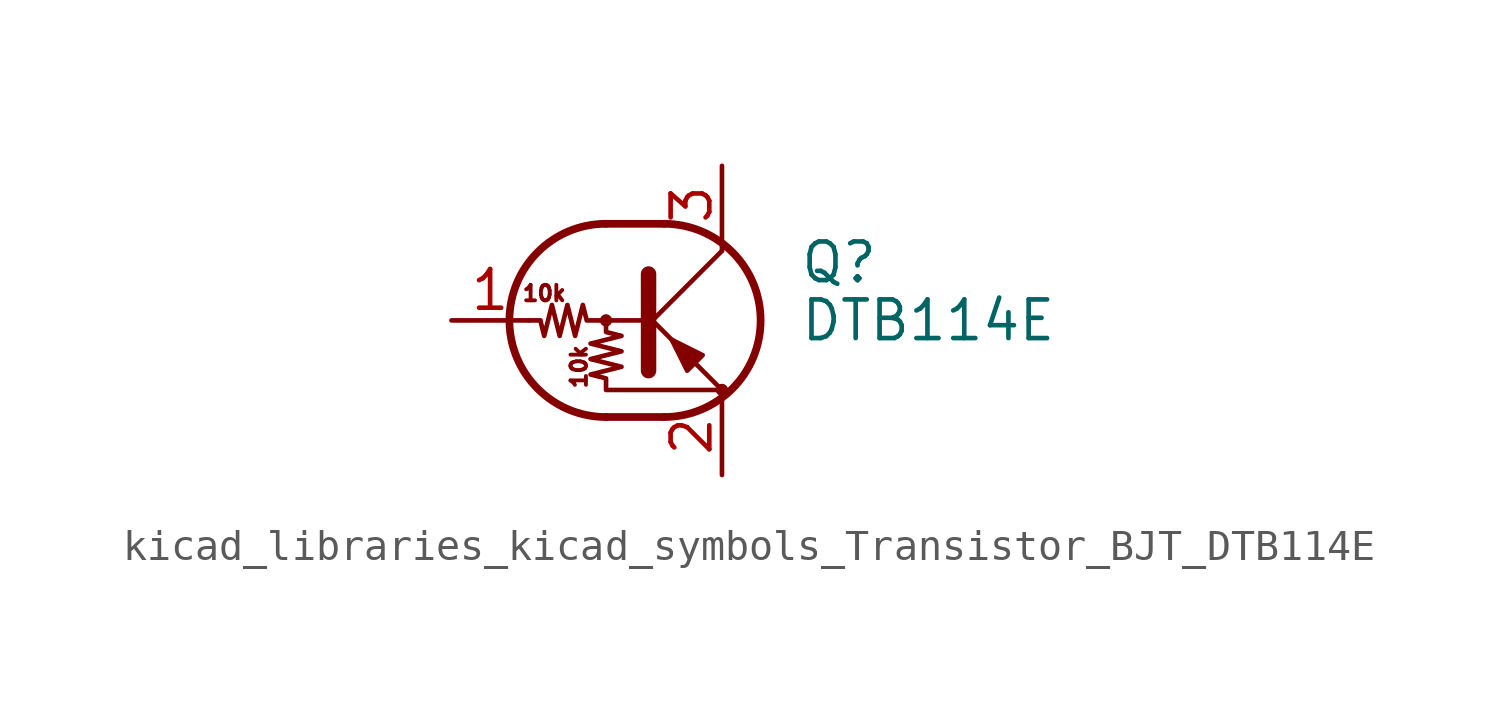
<source format=kicad_sym>
(kicad_symbol_lib
  (version 20220914)
  (generator kicad_symbol_editor)
  (symbol "kicad_libraries_kicad_symbols_Transistor_BJT_DTB114E"
    (pin_names
      (offset 0) hide)
    (property "Reference" "Q"
      (at 5.08 1.905 0)
      (effects (font (size 1.27 1.27)) (justify left)))
    (property "Value" "DTB114E"
      (at 5.08 0 0)
      (effects (font (size 1.27 1.27)) (justify left)))
    (symbol "kicad_libraries_kicad_symbols_Transistor_BJT_DTB114E_0_0"
      (text "10k" (at -3.302 0.889 0) (effects (font (size 0.508 0.508))))
      (text "10k" (at -2.159 -1.524 900) (effects (font (size 0.508 0.508)))))
    (symbol "kicad_libraries_kicad_symbols_Transistor_BJT_DTB114E_0_1"
      (circle (center -1.27 0) (radius 0.127) (stroke (width 0) (type default)) (fill (type none)))
      (arc (start -1.27 3.175) (mid -4.4312 0) (end -1.27 -3.175) (stroke (width 0.254) (type default)) (fill (type none)))
      (polyline (pts (xy -3.429 0) (xy -3.81 0)) (stroke (width 0) (type default)) (fill (type none)))
      (polyline (pts (xy -1.27 -3.175) (xy 0.635 -3.175)) (stroke (width 0.254) (type default)) (fill (type none)))
      (polyline (pts (xy -1.27 3.175) (xy 0.635 3.175)) (stroke (width 0.254) (type default)) (fill (type none)))
      (polyline (pts (xy 0 -0.254) (xy 2.54 2.286)) (stroke (width 0) (type default)) (fill (type none)))
      (polyline (pts (xy 0.127 1.524) (xy 0.127 -1.651)) (stroke (width 0.508) (type default)) (fill (type outline)))
      (polyline (pts (xy 2.54 2.286) (xy 2.54 2.54)) (stroke (width 0) (type default)) (fill (type none)))
      (polyline (pts (xy 2.54 -2.286) (xy 0 0.254) (xy 0 0.254)) (stroke (width 0) (type default)) (fill (type none)))
      (polyline (pts (xy 1.397 -1.651) (xy 1.905 -1.143) (xy 0.889 -0.635) (xy 1.397 -1.651)) (stroke (width 0) (type default)) (fill (type outline)))
      (polyline (pts (xy 0 0) (xy -1.905 0) (xy -2.032 0.508) (xy -2.286 -0.508) (xy -2.54 0.508) (xy -2.794 -0.508) (xy -3.048 0.508) (xy -3.302 -0.508) (xy -3.429 0)) (stroke (width 0) (type default)) (fill (type none)))
      (polyline (pts (xy -1.27 0) (xy -1.27 -0.381) (xy -0.762 -0.508) (xy -1.778 -0.762) (xy -0.762 -1.016) (xy -1.778 -1.27) (xy -0.762 -1.524) (xy -1.778 -1.778) (xy -1.27 -1.905) (xy -1.27 -2.286) (xy 2.54 -2.286)) (stroke (width 0) (type default)) (fill (type none)))
      (arc (start 0.635 -3.175) (mid 3.7962 0) (end 0.635 3.175) (stroke (width 0.254) (type default)) (fill (type none)))
      (circle (center 2.54 -2.286) (radius 0.127) (stroke (width 0) (type default)) (fill (type none))))
    (symbol "kicad_libraries_kicad_symbols_Transistor_BJT_DTB114E_1_1"
      (pin input line (at -6.35 0 0) (length 2.54) (name "B" (effects (font (size 1.27 1.27)))) (number "1" (effects (font (size 1.27 1.27)))))
      (pin passive line (at 2.54 -5.08 90) (length 2.54) (name "E" (effects (font (size 1.27 1.27)))) (number "2" (effects (font (size 1.27 1.27)))))
      (pin passive line (at 2.54 5.08 270) (length 2.54) (name "C" (effects (font (size 1.27 1.27)))) (number "3" (effects (font (size 1.27 1.27))))))))
</source>
